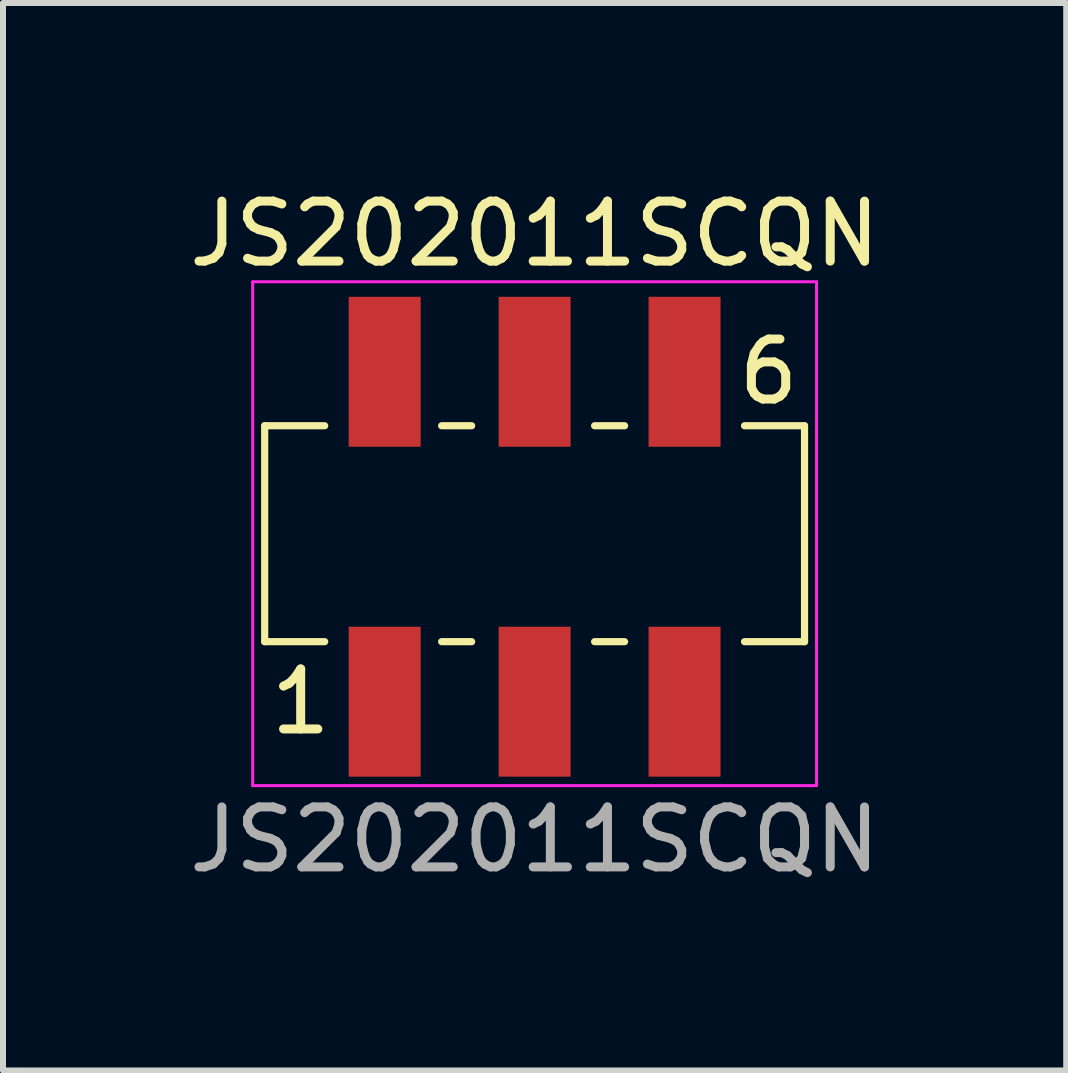
<source format=kicad_pcb>
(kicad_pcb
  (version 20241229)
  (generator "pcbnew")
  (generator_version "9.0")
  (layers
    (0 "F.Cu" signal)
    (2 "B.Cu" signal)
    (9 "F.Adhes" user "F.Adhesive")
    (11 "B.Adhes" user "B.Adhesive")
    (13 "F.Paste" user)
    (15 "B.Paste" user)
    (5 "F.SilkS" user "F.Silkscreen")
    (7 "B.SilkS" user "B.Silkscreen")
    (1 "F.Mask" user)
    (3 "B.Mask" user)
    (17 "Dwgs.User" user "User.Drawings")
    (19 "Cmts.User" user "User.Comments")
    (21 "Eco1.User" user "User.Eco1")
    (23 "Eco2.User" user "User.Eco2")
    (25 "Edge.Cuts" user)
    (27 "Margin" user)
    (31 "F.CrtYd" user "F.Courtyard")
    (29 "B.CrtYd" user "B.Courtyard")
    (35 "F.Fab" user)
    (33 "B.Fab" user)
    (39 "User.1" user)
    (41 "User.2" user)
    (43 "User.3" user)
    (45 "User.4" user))
  (footprint "JS202011SCQN"
    (layer "F.Cu")
    (at 3.363 8.648)
    (property "Reference" "JS202011SCQN" (at 2.5 -7.8 0) (unlocked yes) (layer "F.SilkS") (effects (font (size 1 1) (thickness 0.15))))
    (attr smd)
    (fp_line (start -2 -4.6) (end -1 -4.6) (stroke (width 0.12) (type solid)) (layer "F.SilkS"))
    (fp_line (start -2 -1) (end -2 -4.6) (stroke (width 0.12) (type solid)) (layer "F.SilkS"))
    (fp_line (start -1 -1) (end -2 -1) (stroke (width 0.12) (type solid)) (layer "F.SilkS"))
    (fp_line (start 1.45 -4.6) (end 0.95 -4.6) (stroke (width 0.12) (type solid)) (layer "F.SilkS"))
    (fp_line (start 1.45 -1) (end 0.95 -1) (stroke (width 0.12) (type solid)) (layer "F.SilkS"))
    (fp_line (start 4 -4.6) (end 3.5 -4.6) (stroke (width 0.12) (type solid)) (layer "F.SilkS"))
    (fp_line (start 4 -1) (end 3.5 -1) (stroke (width 0.12) (type solid)) (layer "F.SilkS"))
    (fp_line (start 7 -4.6) (end 6 -4.6) (stroke (width 0.12) (type solid)) (layer "F.SilkS"))
    (fp_line (start 7 -4.6) (end 7 -1) (stroke (width 0.12) (type solid)) (layer "F.SilkS"))
    (fp_line (start 7 -1) (end 6 -1) (stroke (width 0.12) (type solid)) (layer "F.SilkS"))
    (fp_line (start -2.2 -7) (end 7.2 -7) (stroke (width 0.05) (type solid)) (layer "F.CrtYd"))
    (fp_line (start -2.2 1.4) (end -2.2 -7) (stroke (width 0.05) (type solid)) (layer "F.CrtYd"))
    (fp_line (start 7.2 -7) (end 7.2 1.4) (stroke (width 0.05) (type solid)) (layer "F.CrtYd"))
    (fp_line (start 7.2 1.4) (end -2.2 1.4) (stroke (width 0.05) (type solid)) (layer "F.CrtYd"))
    (fp_text user "1" (at -1.4 0 0) (unlocked yes) (layer "F.SilkS") (effects (font (size 1 1) (thickness 0.15))))
    (fp_text user "6" (at 6.4 -5.5 0) (unlocked yes) (layer "F.SilkS") (effects (font (size 1 1) (thickness 0.15))))
    (fp_text user "${REFERENCE}" (at 2.5 2.3 0) (unlocked yes) (layer "F.Fab") (effects (font (size 1 1) (thickness 0.15))))
    (pad "1" smd rect (at 0 0) (size 1.2 2.5) (layers "F.Cu" "F.Mask" "F.Paste"))
    (pad "2" smd rect (at 2.5 0) (size 1.2 2.5) (layers "F.Cu" "F.Mask" "F.Paste"))
    (pad "3" smd rect (at 5 0) (size 1.2 2.5) (layers "F.Cu" "F.Mask" "F.Paste"))
    (pad "4" smd rect (at 0 -5.5) (size 1.2 2.5) (layers "F.Cu" "F.Mask" "F.Paste"))
    (pad "5" smd rect (at 2.5 -5.5) (size 1.2 2.5) (layers "F.Cu" "F.Mask" "F.Paste"))
    (pad "6" smd rect (at 5 -5.5) (size 1.2 2.5) (layers "F.Cu" "F.Mask" "F.Paste")))
  (gr_rect
    (start -3 -3)
    (end 14.726 14.796)
    (stroke (width 0.1) (type default))
    (fill no)
    (layer "Edge.Cuts")))
</source>
